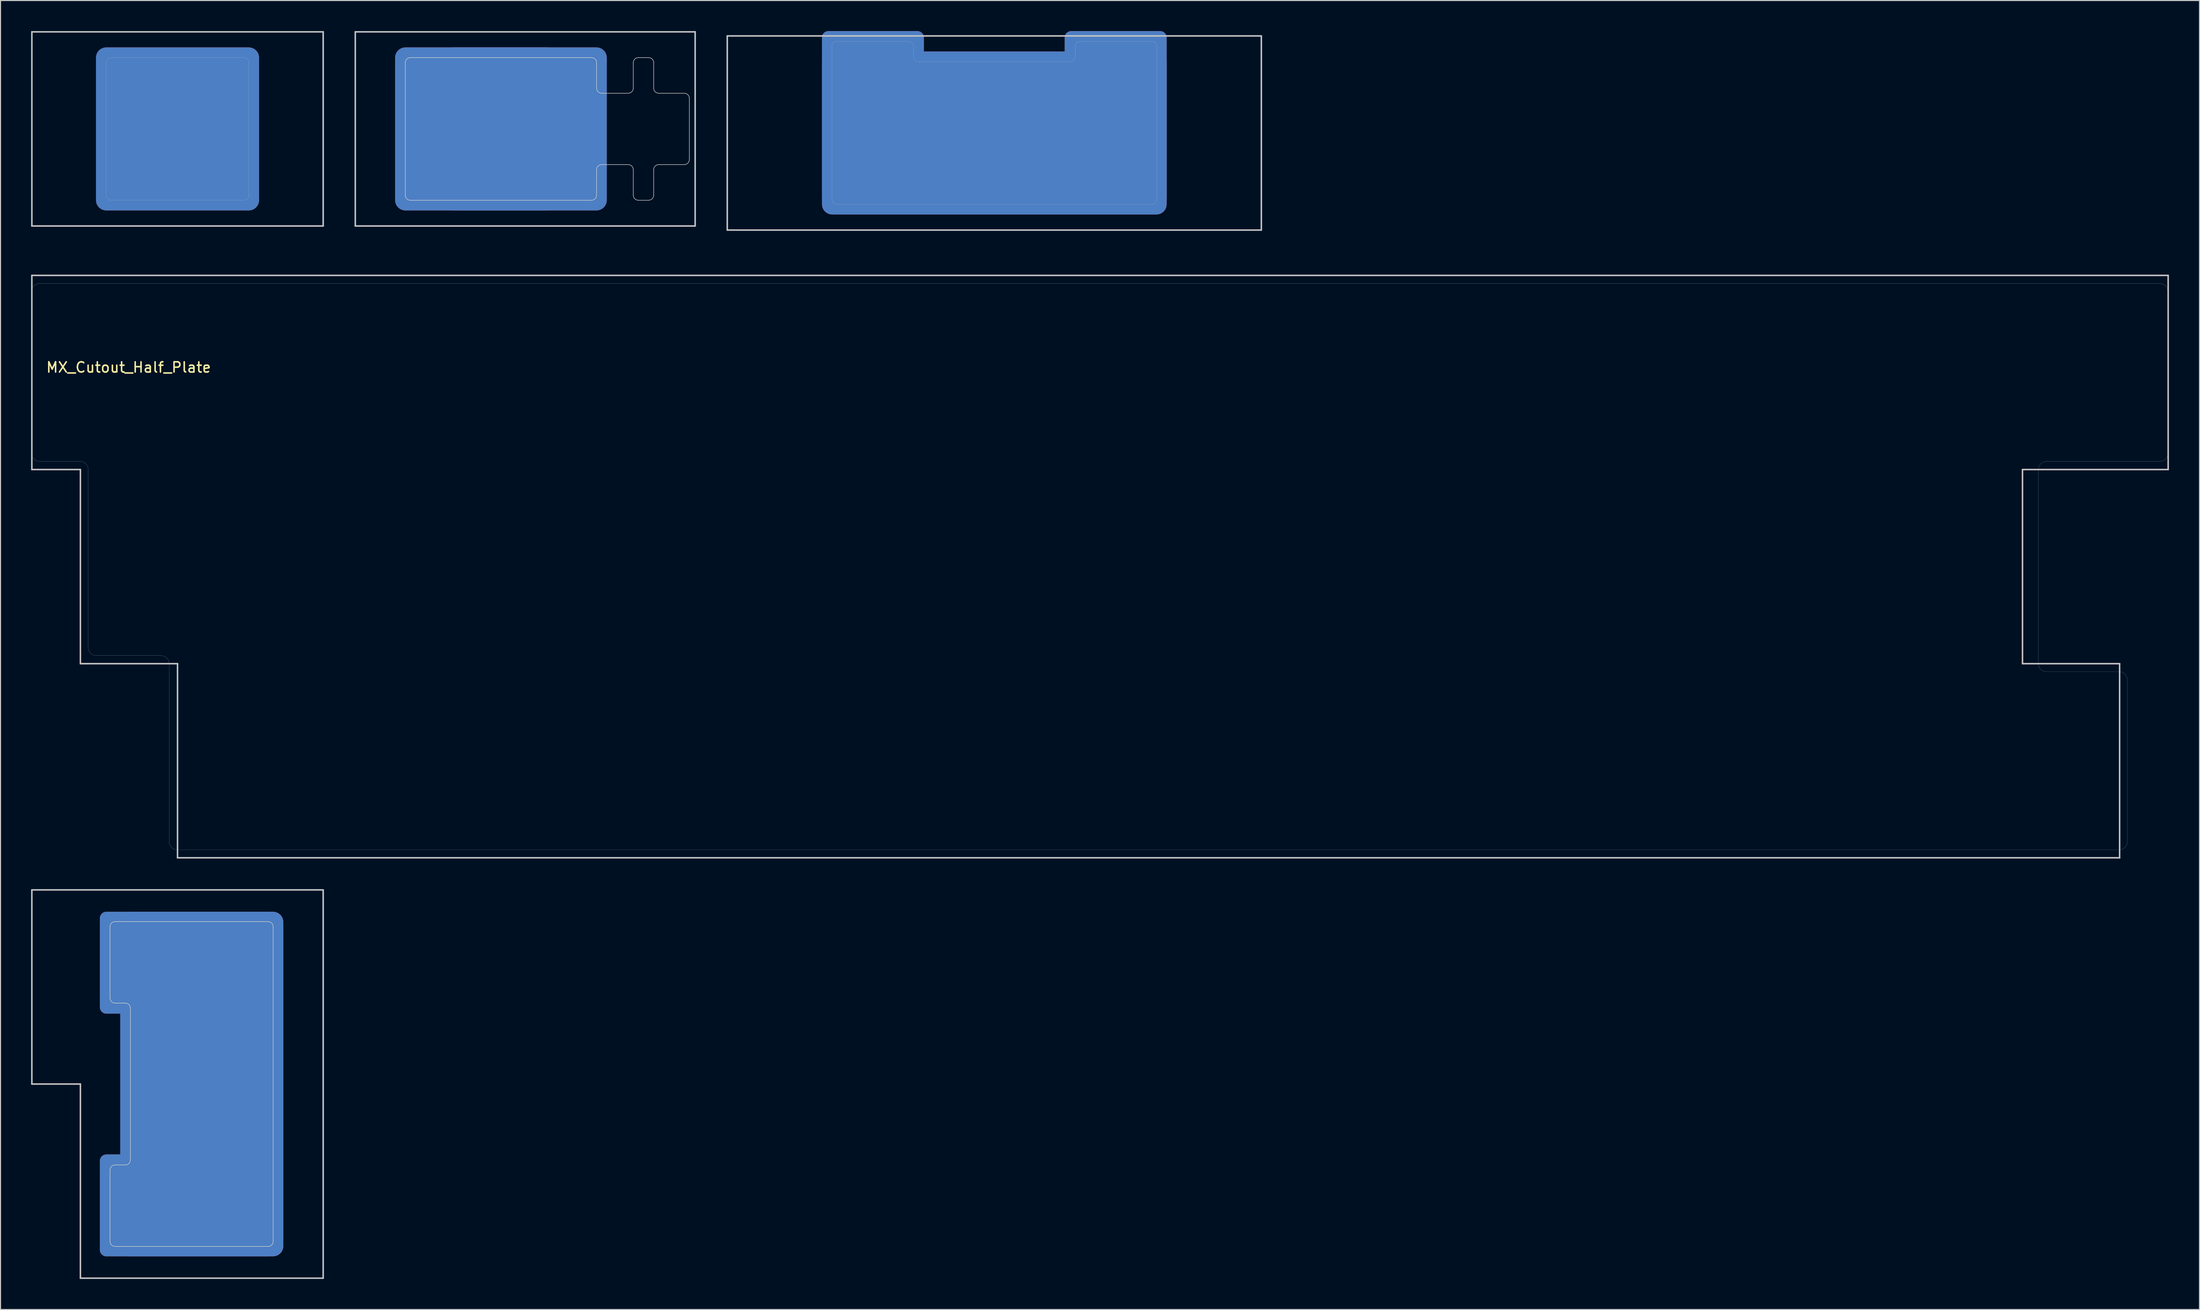
<source format=kicad_pcb>
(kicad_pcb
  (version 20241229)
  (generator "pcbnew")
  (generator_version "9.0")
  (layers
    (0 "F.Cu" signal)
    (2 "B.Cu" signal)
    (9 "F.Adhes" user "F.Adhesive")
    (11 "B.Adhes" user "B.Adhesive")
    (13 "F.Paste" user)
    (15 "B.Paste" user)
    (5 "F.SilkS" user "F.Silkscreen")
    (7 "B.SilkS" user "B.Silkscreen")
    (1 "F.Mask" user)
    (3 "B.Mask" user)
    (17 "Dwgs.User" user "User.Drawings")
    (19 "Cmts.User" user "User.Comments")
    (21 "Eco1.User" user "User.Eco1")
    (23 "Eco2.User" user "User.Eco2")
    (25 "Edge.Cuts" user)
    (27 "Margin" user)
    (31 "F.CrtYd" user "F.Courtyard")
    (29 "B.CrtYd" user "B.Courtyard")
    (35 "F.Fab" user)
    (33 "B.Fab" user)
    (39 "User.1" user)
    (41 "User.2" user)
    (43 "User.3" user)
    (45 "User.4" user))
  (footprint "MX_Cutout_Half_Plate"
    (layer "F.Cu")
    (at 9.569 33.498)
    (property "Reference" "MX_Cutout_Half_Plate" (at 0 -0.5 0) (unlocked yes) (layer "F.SilkS") (effects (font (size 1 1) (thickness 0.15))))
    (fp_line (start -9.494 -9.525) (end -9.494 9.525) (stroke (width 0.15) (type solid)) (layer "Dwgs.User"))
    (fp_line (start -9.494 -9.525) (end 200.056 -9.525) (stroke (width 0.15) (type solid)) (layer "Dwgs.User"))
    (fp_line (start -9.494 9.525) (end -4.731 9.525) (stroke (width 0.15) (type solid)) (layer "Dwgs.User"))
    (fp_line (start -4.731 9.525) (end -4.731 28.575) (stroke (width 0.15) (type solid)) (layer "Dwgs.User"))
    (fp_line (start -4.731 28.575) (end 4.794 28.575) (stroke (width 0.15) (type solid)) (layer "Dwgs.User"))
    (fp_line (start 4.794 28.575) (end 4.794 47.625) (stroke (width 0.15) (type solid)) (layer "Dwgs.User"))
    (fp_line (start 4.794 47.625) (end 195.294 47.625) (stroke (width 0.15) (type solid)) (layer "Dwgs.User"))
    (fp_line (start 185.769 9.525) (end 185.769 28.575) (stroke (width 0.15) (type solid)) (layer "Dwgs.User"))
    (fp_line (start 195.294 28.575) (end 185.769 28.575) (stroke (width 0.15) (type solid)) (layer "Dwgs.User"))
    (fp_line (start 195.294 28.575) (end 195.294 47.625) (stroke (width 0.15) (type solid)) (layer "Dwgs.User"))
    (fp_line (start 200.056 -9.525) (end 200.056 9.525) (stroke (width 0.15) (type solid)) (layer "Dwgs.User"))
    (fp_line (start 200.056 9.525) (end 185.769 9.525) (stroke (width 0.15) (type solid)) (layer "Dwgs.User"))
    (fp_line (start -9.525 -7.938) (end -9.525 7.938) (stroke (width 0.01) (type solid)) (layer "Edge.Cuts"))
    (fp_line (start -8.731 8.731) (end -4.763 8.731) (stroke (width 0.01) (type solid)) (layer "Edge.Cuts"))
    (fp_line (start -3.969 9.525) (end -3.969 26.988) (stroke (width 0.01) (type solid)) (layer "Edge.Cuts"))
    (fp_line (start -3.175 27.781) (end 3.175 27.781) (stroke (width 0.01) (type solid)) (layer "Edge.Cuts"))
    (fp_line (start 3.969 28.575) (end 3.969 46.038) (stroke (width 0.01) (type solid)) (layer "Edge.Cuts"))
    (fp_line (start 4.763 46.831) (end 195.262 46.831) (stroke (width 0.01) (type solid)) (layer "Edge.Cuts"))
    (fp_line (start 187.325 28.575) (end 187.325 9.525) (stroke (width 0.01) (type solid)) (layer "Edge.Cuts"))
    (fp_line (start 188.119 8.731) (end 199.231 8.731) (stroke (width 0.01) (type solid)) (layer "Edge.Cuts"))
    (fp_line (start 195.262 29.369) (end 188.119 29.369) (stroke (width 0.01) (type solid)) (layer "Edge.Cuts"))
    (fp_line (start 196.056 46.038) (end 196.056 30.163) (stroke (width 0.01) (type solid)) (layer "Edge.Cuts"))
    (fp_line (start 199.231 -8.731) (end -8.731 -8.731) (stroke (width 0.01) (type solid)) (layer "Edge.Cuts"))
    (fp_line (start 200.025 7.938) (end 200.025 -7.938) (stroke (width 0.01) (type solid)) (layer "Edge.Cuts"))
    (fp_arc (start -9.525 -7.9375) (mid -9.292516 -8.498766) (end -8.73125 -8.73125) (stroke (width 0.01) (type solid)) (layer "Edge.Cuts"))
    (fp_arc (start -8.73125 8.73125) (mid -9.292516 8.498766) (end -9.525 7.9375) (stroke (width 0.01) (type solid)) (layer "Edge.Cuts"))
    (fp_arc (start -4.7625 8.73125) (mid -4.201234 8.963734) (end -3.96875 9.525) (stroke (width 0.01) (type solid)) (layer "Edge.Cuts"))
    (fp_arc (start -3.175 27.78125) (mid -3.736266 27.548766) (end -3.96875 26.9875) (stroke (width 0.01) (type solid)) (layer "Edge.Cuts"))
    (fp_arc (start 3.175 27.78125) (mid 3.736266 28.013734) (end 3.96875 28.575) (stroke (width 0.01) (type solid)) (layer "Edge.Cuts"))
    (fp_arc (start 4.7625 46.83125) (mid 4.201234 46.598766) (end 3.96875 46.0375) (stroke (width 0.01) (type solid)) (layer "Edge.Cuts"))
    (fp_arc (start 187.325 9.525) (mid 187.557484 8.963734) (end 188.11875 8.73125) (stroke (width 0.01) (type solid)) (layer "Edge.Cuts"))
    (fp_arc (start 188.11875 29.36875) (mid 187.557484 29.136266) (end 187.325 28.575) (stroke (width 0.01) (type solid)) (layer "Edge.Cuts"))
    (fp_arc (start 195.2625 29.36875) (mid 195.823766 29.601234) (end 196.05625 30.1625) (stroke (width 0.01) (type solid)) (layer "Edge.Cuts"))
    (fp_arc (start 196.05625 46.0375) (mid 195.823766 46.598766) (end 195.2625 46.83125) (stroke (width 0.01) (type solid)) (layer "Edge.Cuts"))
    (fp_arc (start 199.23125 -8.73125) (mid 199.792516 -8.498766) (end 200.025 -7.9375) (stroke (width 0.01) (type solid)) (layer "Edge.Cuts"))
    (fp_arc (start 200.025 7.9375) (mid 199.792516 8.498766) (end 199.23125 8.73125) (stroke (width 0.01) (type solid)) (layer "Edge.Cuts")))
  (footprint "MX_Cutout_Iso_Enter"
    (layer "F.Cu")
    (at 16.744 103.323)
    (property "Reference" "MX_Cutout_Iso_Enter" (at 0.25 10.05 0) (layer "Eco2.User") (effects (font (size 1 1) (thickness 0.15))))
    (fp_line (start -16.669 -19.05) (end -16.669 0) (stroke (width 0.15) (type solid)) (layer "Dwgs.User"))
    (fp_line (start -16.669 0) (end -11.906 0) (stroke (width 0.15) (type solid)) (layer "Dwgs.User"))
    (fp_line (start -11.906 0) (end -11.906 19.05) (stroke (width 0.15) (type solid)) (layer "Dwgs.User"))
    (fp_line (start -11.906 19.05) (end 11.906 19.05) (stroke (width 0.15) (type solid)) (layer "Dwgs.User"))
    (fp_line (start 11.906 -19.05) (end -16.669 -19.05) (stroke (width 0.15) (type solid)) (layer "Dwgs.User"))
    (fp_line (start 11.906 19.05) (end 11.906 -19.05) (stroke (width 0.15) (type solid)) (layer "Dwgs.User"))
    (fp_line (start -9 -8.438) (end -9 -15.438) (stroke (width 0.05) (type solid)) (layer "Edge.Cuts"))
    (fp_line (start -9 15.438) (end -9 8.438) (stroke (width 0.05) (type solid)) (layer "Edge.Cuts"))
    (fp_line (start -8.5 -15.938) (end 6.5 -15.938) (stroke (width 0.05) (type solid)) (layer "Edge.Cuts"))
    (fp_line (start -8.5 7.938) (end -7.5 7.938) (stroke (width 0.05) (type solid)) (layer "Edge.Cuts"))
    (fp_line (start -7.5 -7.938) (end -8.5 -7.938) (stroke (width 0.05) (type solid)) (layer "Edge.Cuts"))
    (fp_line (start -7 7.438) (end -7 -7.438) (stroke (width 0.05) (type solid)) (layer "Edge.Cuts"))
    (fp_line (start 6.5 15.938) (end -8.5 15.938) (stroke (width 0.05) (type solid)) (layer "Edge.Cuts"))
    (fp_line (start 7 -15.438) (end 7 15.438) (stroke (width 0.05) (type solid)) (layer "Edge.Cuts"))
    (fp_arc (start -9.000001 -15.438001) (mid -8.853554 -15.791554) (end -8.5 -15.938) (stroke (width 0.05) (type solid)) (layer "Edge.Cuts"))
    (fp_arc (start -9.000001 8.437999) (mid -8.853554 8.084446) (end -8.5 7.938) (stroke (width 0.05) (type solid)) (layer "Edge.Cuts"))
    (fp_arc (start -8.500001 -7.937999) (mid -8.853554 -8.084446) (end -9 -8.438) (stroke (width 0.05) (type solid)) (layer "Edge.Cuts"))
    (fp_arc (start -8.500001 15.938001) (mid -8.853554 15.791554) (end -9 15.438) (stroke (width 0.05) (type solid)) (layer "Edge.Cuts"))
    (fp_arc (start -7.5 -7.938) (mid -7.146447 -7.791553) (end -7 -7.438) (stroke (width 0.05) (type solid)) (layer "Edge.Cuts"))
    (fp_arc (start -7 7.438) (mid -7.146447 7.791553) (end -7.5 7.938) (stroke (width 0.05) (type solid)) (layer "Edge.Cuts"))
    (fp_arc (start 6.500001 -15.938001) (mid 6.853554 -15.791554) (end 7 -15.438) (stroke (width 0.05) (type solid)) (layer "Edge.Cuts"))
    (fp_arc (start 7.000001 15.438001) (mid 6.853554 15.791554) (end 6.5 15.938) (stroke (width 0.05) (type solid)) (layer "Edge.Cuts"))
    (pad "1" smd roundrect (at -1.5 -11.906 90) (size 10 17) (layers "F.Cu" "F.Mask") (roundrect_rratio 0.063))
    (pad "1" smd roundrect (at -1.5 -11.906 90) (size 10 17) (layers "B.Cu" "B.Mask") (roundrect_rratio 0.063))
    (pad "1" smd roundrect (at -1.5 11.906 90) (size 10 17) (layers "F.Cu" "F.Mask") (roundrect_rratio 0.063))
    (pad "1" smd roundrect (at -1.5 11.906 90) (size 10 17) (layers "B.Cu" "B.Mask") (roundrect_rratio 0.063))
    (pad "1" smd roundrect (at 0 0 90) (size 33.812 16) (layers "F.Cu" "F.Mask") (roundrect_rratio 0.063))
    (pad "1" smd roundrect (at 0 0 90) (size 33.812 16) (layers "B.Cu" "B.Mask") (roundrect_rratio 0.063)))
  (footprint "MX_Cutout_1.5u"
    (layer "F.Cu")
    (at 14.363 9.6)
    (property "Reference" "MX_Cutout_1.5u" (at 0.25 10.05 0) (layer "Eco2.User") (effects (font (size 1 1) (thickness 0.15))))
    (fp_line (start -14.287 -9.525) (end 14.287 -9.525) (stroke (width 0.15) (type solid)) (layer "Dwgs.User"))
    (fp_line (start -14.287 9.525) (end -14.287 -9.525) (stroke (width 0.15) (type solid)) (layer "Dwgs.User"))
    (fp_line (start 14.287 -9.525) (end 14.287 9.525) (stroke (width 0.15) (type solid)) (layer "Dwgs.User"))
    (fp_line (start 14.287 9.525) (end -14.287 9.525) (stroke (width 0.15) (type solid)) (layer "Dwgs.User"))
    (fp_line (start -7 -6.5) (end -7 6.5) (stroke (width 0.01) (type solid)) (layer "Edge.Cuts"))
    (fp_line (start -6.5 7) (end 6.5 7) (stroke (width 0.01) (type solid)) (layer "Edge.Cuts"))
    (fp_line (start 6.5 -7) (end -6.5 -7) (stroke (width 0.01) (type solid)) (layer "Edge.Cuts"))
    (fp_line (start 7 6.5) (end 7 -6.5) (stroke (width 0.01) (type solid)) (layer "Edge.Cuts"))
    (fp_arc (start -7 -6.5) (mid -6.853553 -6.853553) (end -6.5 -7) (stroke (width 0.01) (type solid)) (layer "Edge.Cuts"))
    (fp_arc (start -6.5 7) (mid -6.853553 6.853553) (end -7 6.5) (stroke (width 0.01) (type solid)) (layer "Edge.Cuts"))
    (fp_arc (start 6.5 -7) (mid 6.853553 -6.853553) (end 7 -6.5) (stroke (width 0.01) (type solid)) (layer "Edge.Cuts"))
    (fp_arc (start 7 6.5) (mid 6.853553 6.853553) (end 6.5 7) (stroke (width 0.01) (type solid)) (layer "Edge.Cuts"))
    (pad "1" smd roundrect (at 0 0 180) (size 16 16) (layers "F.Cu" "F.Mask") (roundrect_rratio 0.063))
    (pad "1" smd roundrect (at 0 0 180) (size 16 16) (layers "B.Cu" "B.Mask") (roundrect_rratio 0.063)))
  (footprint "MX_Cutout_1.75u_Caps_Lock"
    (layer "F.Cu")
    (at 48.469 9.6)
    (property "Reference" "MX_Cutout_1.75u_Caps_Lock" (at 0.25 10.05 0) (layer "Eco2.User") (effects (font (size 1 1) (thickness 0.15))))
    (fp_line (start -16.669 -9.525) (end 16.669 -9.525) (stroke (width 0.15) (type solid)) (layer "Dwgs.User"))
    (fp_line (start -16.669 9.525) (end -16.669 -9.525) (stroke (width 0.15) (type solid)) (layer "Dwgs.User"))
    (fp_line (start 16.669 -9.525) (end 16.669 9.525) (stroke (width 0.15) (type solid)) (layer "Dwgs.User"))
    (fp_line (start 16.669 9.525) (end -16.669 9.525) (stroke (width 0.15) (type solid)) (layer "Dwgs.User"))
    (fp_line (start -11.762 -6.5) (end -11.762 6.5) (stroke (width 0.05) (type solid)) (layer "Edge.Cuts"))
    (fp_line (start -11.262 7) (end 6.5 7) (stroke (width 0.05) (type solid)) (layer "Edge.Cuts"))
    (fp_line (start 6.5 -7) (end -11.262 -7) (stroke (width 0.05) (type solid)) (layer "Edge.Cuts"))
    (fp_line (start 7 -4) (end 7 -6.5) (stroke (width 0.05) (type solid)) (layer "Edge.Cuts"))
    (fp_line (start 7 6.5) (end 7 4) (stroke (width 0.05) (type solid)) (layer "Edge.Cuts"))
    (fp_line (start 7.5 3.5) (end 10.1 3.5) (stroke (width 0.05) (type solid)) (layer "Edge.Cuts"))
    (fp_line (start 10.1 -3.5) (end 7.5 -3.5) (stroke (width 0.05) (type solid)) (layer "Edge.Cuts"))
    (fp_line (start 10.6 -6.5) (end 10.6 -4) (stroke (width 0.05) (type solid)) (layer "Edge.Cuts"))
    (fp_line (start 10.6 4) (end 10.6 6.5) (stroke (width 0.05) (type solid)) (layer "Edge.Cuts"))
    (fp_line (start 11.1 7) (end 12.1 7) (stroke (width 0.05) (type solid)) (layer "Edge.Cuts"))
    (fp_line (start 12.1 -7) (end 11.1 -7) (stroke (width 0.05) (type solid)) (layer "Edge.Cuts"))
    (fp_line (start 12.6 -4) (end 12.6 -6.5) (stroke (width 0.05) (type solid)) (layer "Edge.Cuts"))
    (fp_line (start 12.6 6.5) (end 12.6 4) (stroke (width 0.05) (type solid)) (layer "Edge.Cuts"))
    (fp_line (start 13.1 3.5) (end 15.6 3.5) (stroke (width 0.05) (type solid)) (layer "Edge.Cuts"))
    (fp_line (start 15.6 -3.5) (end 13.1 -3.5) (stroke (width 0.05) (type solid)) (layer "Edge.Cuts"))
    (fp_line (start 16.1 3) (end 16.1 -3) (stroke (width 0.05) (type solid)) (layer "Edge.Cuts"))
    (fp_arc (start -11.7625 -6.5) (mid -11.616053 -6.853553) (end -11.2625 -7) (stroke (width 0.05) (type solid)) (layer "Edge.Cuts"))
    (fp_arc (start -11.2625 7) (mid -11.616053 6.853553) (end -11.7625 6.5) (stroke (width 0.05) (type solid)) (layer "Edge.Cuts"))
    (fp_arc (start 6.5 -7) (mid 6.853553 -6.853553) (end 7 -6.5) (stroke (width 0.05) (type solid)) (layer "Edge.Cuts"))
    (fp_arc (start 7 4) (mid 7.146447 3.646447) (end 7.5 3.5) (stroke (width 0.05) (type solid)) (layer "Edge.Cuts"))
    (fp_arc (start 7 6.5) (mid 6.853553 6.853553) (end 6.5 7) (stroke (width 0.05) (type solid)) (layer "Edge.Cuts"))
    (fp_arc (start 7.5 -3.5) (mid 7.146447 -3.646447) (end 7 -4) (stroke (width 0.05) (type solid)) (layer "Edge.Cuts"))
    (fp_arc (start 10.1 3.5) (mid 10.453553 3.646447) (end 10.6 4) (stroke (width 0.05) (type solid)) (layer "Edge.Cuts"))
    (fp_arc (start 10.6 -6.5) (mid 10.746447 -6.853553) (end 11.1 -7) (stroke (width 0.05) (type solid)) (layer "Edge.Cuts"))
    (fp_arc (start 10.6 -4) (mid 10.453553 -3.646447) (end 10.1 -3.5) (stroke (width 0.05) (type solid)) (layer "Edge.Cuts"))
    (fp_arc (start 11.1 7) (mid 10.746447 6.853553) (end 10.6 6.5) (stroke (width 0.05) (type solid)) (layer "Edge.Cuts"))
    (fp_arc (start 12.1 -7) (mid 12.453553 -6.853553) (end 12.6 -6.5) (stroke (width 0.05) (type solid)) (layer "Edge.Cuts"))
    (fp_arc (start 12.6 4) (mid 12.746447 3.646447) (end 13.1 3.5) (stroke (width 0.05) (type solid)) (layer "Edge.Cuts"))
    (fp_arc (start 12.6 6.5) (mid 12.453553 6.853553) (end 12.1 7) (stroke (width 0.05) (type solid)) (layer "Edge.Cuts"))
    (fp_arc (start 13.1 -3.5) (mid 12.746447 -3.646447) (end 12.6 -4) (stroke (width 0.05) (type solid)) (layer "Edge.Cuts"))
    (fp_arc (start 15.6 -3.5) (mid 15.953553 -3.353553) (end 16.1 -3) (stroke (width 0.05) (type solid)) (layer "Edge.Cuts"))
    (fp_arc (start 16.1 3) (mid 15.953553 3.353553) (end 15.6 3.5) (stroke (width 0.05) (type solid)) (layer "Edge.Cuts"))
    (pad "1" smd roundrect (at -4.763 0 180) (size 16 16) (layers "F.Cu" "F.Mask") (roundrect_rratio 0.063))
    (pad "1" smd roundrect (at -4.763 0 180) (size 16 16) (layers "B.Cu" "B.Mask") (roundrect_rratio 0.063))
    (pad "1" smd roundrect (at 0 0 180) (size 16 16) (layers "F.Cu" "F.Mask") (roundrect_rratio 0.063))
    (pad "1" smd roundrect (at 0 0 180) (size 16 16) (layers "B.Cu" "B.Mask") (roundrect_rratio 0.063)))
  (footprint "MX_Cutout_2.75u"
    (layer "F.Cu")
    (at 94.481 10)
    (property "Reference" "MX_Cutout_2.75u" (at 0.25 10.05 0) (layer "Eco2.User") (effects (font (size 1 1) (thickness 0.15))))
    (fp_line (start -26.194 -9.525) (end -26.194 9.525) (stroke (width 0.15) (type solid)) (layer "Dwgs.User"))
    (fp_line (start -26.194 -9.525) (end 26.194 -9.525) (stroke (width 0.15) (type solid)) (layer "Dwgs.User"))
    (fp_line (start -26.194 9.525) (end 26.194 9.525) (stroke (width 0.15) (type solid)) (layer "Dwgs.User"))
    (fp_line (start 26.194 -9.525) (end 26.194 9.525) (stroke (width 0.15) (type solid)) (layer "Dwgs.User"))
    (fp_line (start -15.938 6.5) (end -15.938 -8.5) (stroke (width 0.01) (type solid)) (layer "Edge.Cuts"))
    (fp_line (start -15.438 -9) (end -8.438 -9) (stroke (width 0.01) (type solid)) (layer "Edge.Cuts"))
    (fp_line (start -7.938 -8.5) (end -7.938 -7.5) (stroke (width 0.01) (type solid)) (layer "Edge.Cuts"))
    (fp_line (start -7.438 -7) (end 7.438 -7) (stroke (width 0.01) (type solid)) (layer "Edge.Cuts"))
    (fp_line (start 7.938 -7.5) (end 7.938 -8.5) (stroke (width 0.01) (type solid)) (layer "Edge.Cuts"))
    (fp_line (start 8.438 -9) (end 15.438 -9) (stroke (width 0.01) (type solid)) (layer "Edge.Cuts"))
    (fp_line (start 15.438 7) (end -15.438 7) (stroke (width 0.01) (type solid)) (layer "Edge.Cuts"))
    (fp_line (start 15.938 -8.5) (end 15.938 6.5) (stroke (width 0.01) (type solid)) (layer "Edge.Cuts"))
    (fp_arc (start -15.938001 -8.500001) (mid -15.791554 -8.853554) (end -15.438 -9) (stroke (width 0.01) (type solid)) (layer "Edge.Cuts"))
    (fp_arc (start -15.438001 7.000001) (mid -15.791554 6.853554) (end -15.938 6.5) (stroke (width 0.01) (type solid)) (layer "Edge.Cuts"))
    (fp_arc (start -8.437999 -9.000001) (mid -8.084446 -8.853554) (end -7.938 -8.5) (stroke (width 0.01) (type solid)) (layer "Edge.Cuts"))
    (fp_arc (start -7.438 -7) (mid -7.791553 -7.146447) (end -7.938 -7.5) (stroke (width 0.01) (type solid)) (layer "Edge.Cuts"))
    (fp_arc (start 7.937999 -8.500001) (mid 8.084446 -8.853554) (end 8.438 -9) (stroke (width 0.01) (type solid)) (layer "Edge.Cuts"))
    (fp_arc (start 7.938 -7.5) (mid 7.791553 -7.146447) (end 7.438 -7) (stroke (width 0.01) (type solid)) (layer "Edge.Cuts"))
    (fp_arc (start 15.438001 -9.000001) (mid 15.791554 -8.853554) (end 15.938 -8.5) (stroke (width 0.01) (type solid)) (layer "Edge.Cuts"))
    (fp_arc (start 15.938001 6.500001) (mid 15.791554 6.853554) (end 15.438 7) (stroke (width 0.01) (type solid)) (layer "Edge.Cuts"))
    (pad "1" smd roundrect (at -11.906 -1.5) (size 10 17) (layers "F.Cu" "F.Mask") (roundrect_rratio 0.063))
    (pad "1" smd roundrect (at -11.906 -1.5) (size 10 17) (layers "B.Cu" "B.Mask") (roundrect_rratio 0.063))
    (pad "1" smd roundrect (at 0 0) (size 33.812 16) (layers "F.Cu" "F.Mask") (roundrect_rratio 0.063))
    (pad "1" smd roundrect (at 0 0) (size 33.812 16) (layers "B.Cu" "B.Mask") (roundrect_rratio 0.063))
    (pad "1" smd roundrect (at 11.906 -1.5) (size 10 17) (layers "F.Cu" "F.Mask") (roundrect_rratio 0.063))
    (pad "1" smd roundrect (at 11.906 -1.5) (size 10 17) (layers "B.Cu" "B.Mask") (roundrect_rratio 0.063)))
  (gr_rect
    (start -3 -3)
    (end 212.7 125.448)
    (stroke (width 0.1) (type default))
    (fill no)
    (layer "Edge.Cuts")))
</source>
